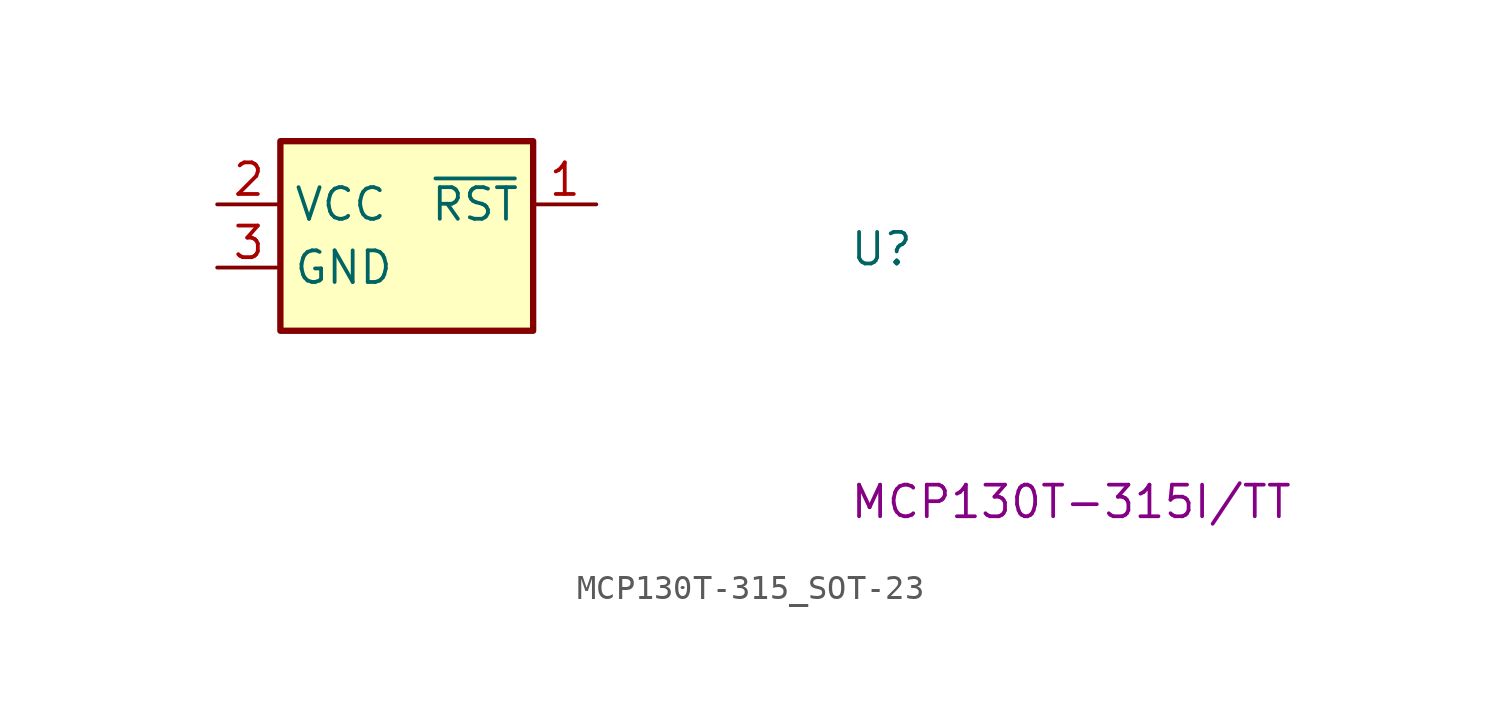
<source format=kicad_sym>
(kicad_symbol_lib
  (version 20220914)
  (generator kicad_symbol_editor)
  (symbol "MCP130T-315_SOT-23"
    (property "Reference" "U"
      (at 25.4 -2.54 0)
      (effects (font (size 1.27 1.27) (thickness 0.15)) (justify left bottom)))
    (property "MPN" "MCP130T-315I/TT"
      (at 25.4 -12.7 0)
      (effects (font (size 1.27 1.27) (thickness 0.15)) (justify left bottom)))
    (symbol "MCP130T-315_SOT-23_1_1"
      (rectangle (start 2.54 2.54) (end 12.7 -5.08) (stroke (width 0.254) (type default)) (fill (type background)))
      (pin passive line (at 15.24 0 180) (length 2.54) (name "~{RST}" (effects (font (size 1.27 1.27)))) (number "1" (effects (font (size 1.27 1.27)))))
      (pin passive line (at 0 0 0) (length 2.54) (name "VCC" (effects (font (size 1.27 1.27)))) (number "2" (effects (font (size 1.27 1.27)))))
      (pin passive line (at 0 -2.54 0) (length 2.54) (name "GND" (effects (font (size 1.27 1.27)))) (number "3" (effects (font (size 1.27 1.27))))))))
</source>
